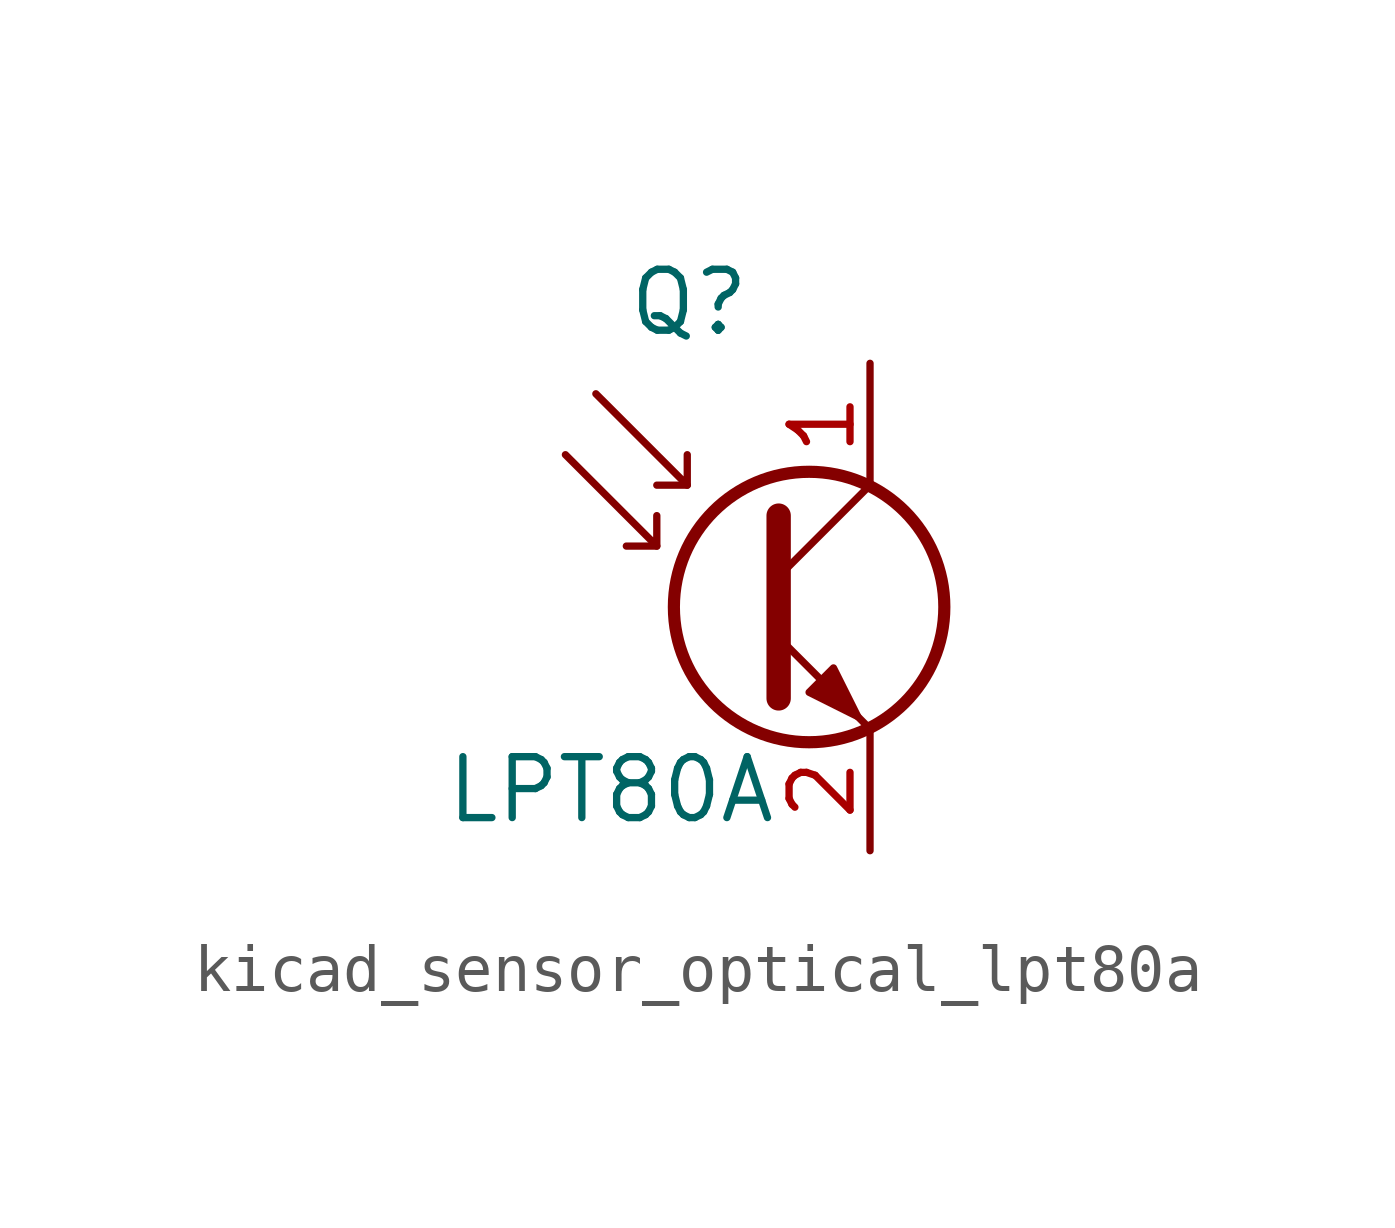
<source format=kicad_sym>
(kicad_symbol_lib
  (version 20220914)
  (generator kicad_symbol_editor)
  (symbol "kicad_sensor_optical_lpt80a"
    (pin_names hide)
    (property "Reference" "Q"
      (at -5.08 6.35 0)
      (effects (font (size 1.27 1.27)) (justify left)))
    (property "Value" "LPT80A"
      (at -8.89 -3.81 0)
      (effects (font (size 1.27 1.27)) (justify left)))
    (symbol "kicad_sensor_optical_lpt80a_0_1"
      (circle (center -1.27 0) (radius 2.819) (stroke (width 0.254) (type default)) (fill (type none)))
      (polyline (pts (xy -4.445 1.27) (xy -5.08 1.27)) (stroke (width 0) (type default)) (fill (type none)))
      (polyline (pts (xy -3.81 2.54) (xy -4.445 2.54)) (stroke (width 0) (type default)) (fill (type none)))
      (polyline (pts (xy -1.905 0.635) (xy 0 2.54)) (stroke (width 0) (type default)) (fill (type none)))
      (polyline (pts (xy -6.35 3.175) (xy -4.445 1.27) (xy -4.445 1.905)) (stroke (width 0) (type default)) (fill (type none)))
      (polyline (pts (xy -5.715 4.445) (xy -3.81 2.54) (xy -3.81 3.175)) (stroke (width 0) (type default)) (fill (type none)))
      (polyline (pts (xy -1.905 -0.635) (xy 0 -2.54) (xy 0 -2.54)) (stroke (width 0) (type default)) (fill (type none)))
      (polyline (pts (xy -1.905 1.905) (xy -1.905 -1.905) (xy -1.905 -1.905)) (stroke (width 0.508) (type default)) (fill (type none)))
      (polyline (pts (xy -1.27 -1.778) (xy -0.762 -1.27) (xy -0.254 -2.286) (xy -1.27 -1.778) (xy -1.27 -1.778)) (stroke (width 0) (type default)) (fill (type outline))))
    (symbol "kicad_sensor_optical_lpt80a_1_1"
      (pin passive line (at 0 5.08 270) (length 2.54) (name "C" (effects (font (size 1.27 1.27)))) (number "1" (effects (font (size 1.27 1.27)))))
      (pin passive line (at 0 -5.08 90) (length 2.54) (name "E" (effects (font (size 1.27 1.27)))) (number "2" (effects (font (size 1.27 1.27))))))))
</source>
